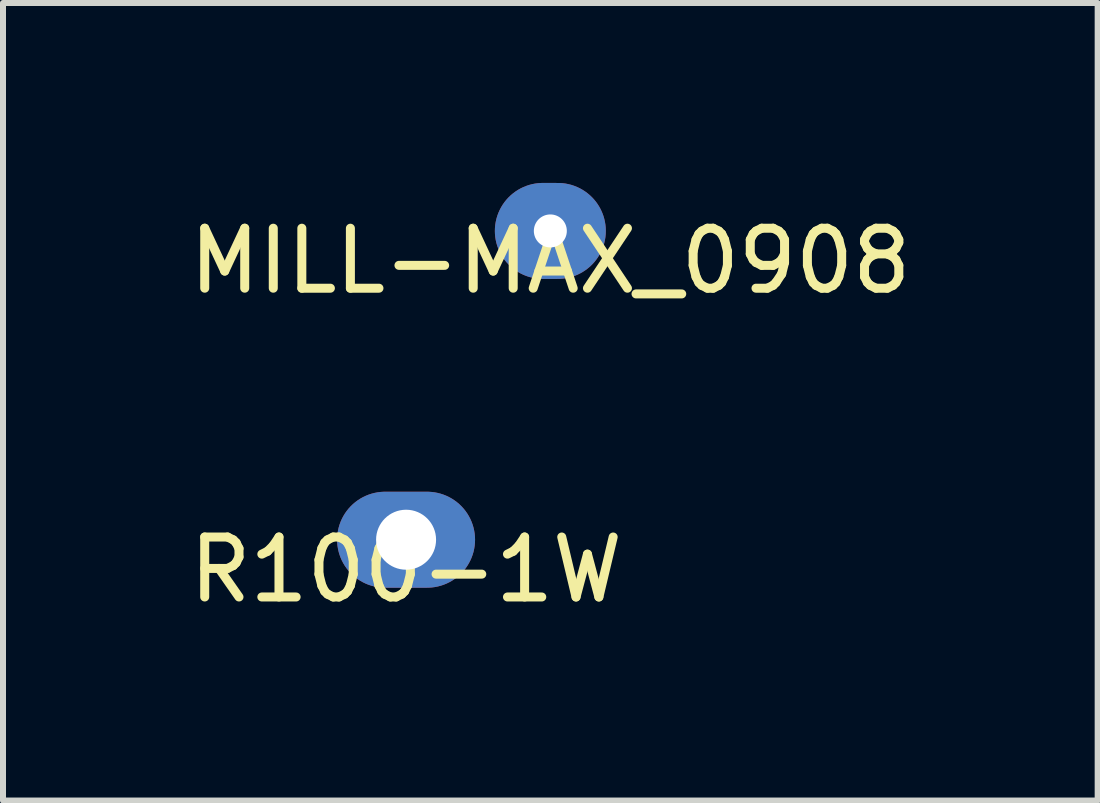
<source format=kicad_pcb>
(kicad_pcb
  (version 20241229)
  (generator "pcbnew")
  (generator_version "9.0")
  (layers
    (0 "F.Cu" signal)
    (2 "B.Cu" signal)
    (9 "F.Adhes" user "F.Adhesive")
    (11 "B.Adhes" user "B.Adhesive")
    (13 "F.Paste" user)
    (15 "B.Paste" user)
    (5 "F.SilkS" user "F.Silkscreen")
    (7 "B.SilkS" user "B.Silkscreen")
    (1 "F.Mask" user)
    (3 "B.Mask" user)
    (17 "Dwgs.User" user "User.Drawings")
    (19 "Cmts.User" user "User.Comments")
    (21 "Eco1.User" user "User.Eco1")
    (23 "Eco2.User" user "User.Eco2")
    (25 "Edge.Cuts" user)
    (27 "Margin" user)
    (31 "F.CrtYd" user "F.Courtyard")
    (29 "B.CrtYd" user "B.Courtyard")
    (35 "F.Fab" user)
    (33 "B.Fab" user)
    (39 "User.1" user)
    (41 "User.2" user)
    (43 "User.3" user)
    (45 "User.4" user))
  (footprint "MILL-MAX_0908"
    (layer "F.Cu")
    (at 6.125 0.8)
    (property "Reference" "MILL-MAX_0908" (at 0 0.5 0) (layer "F.SilkS") (effects (font (size 1 1) (thickness 0.15))))
    (attr through_hole)
    (pad "1" thru_hole oval (at 0 0) (size 1.85 1.6) (drill 0.55) (layers "*.Cu" "*.Mask")))
  (footprint "R100-1W"
    (layer "F.Cu")
    (at 3.72 5.948)
    (property "Reference" "R100-1W" (at 0 0.5 0) (layer "F.SilkS") (effects (font (size 1 1) (thickness 0.15))))
    (attr through_hole)
    (pad "1" thru_hole oval (at 0 0) (size 2.3 1.6) (drill 1) (layers "*.Cu" "*.Mask")))
  (gr_rect
    (start -3 -3)
    (end 15.25 10.296)
    (stroke (width 0.1) (type default))
    (fill no)
    (layer "Edge.Cuts")))
</source>
